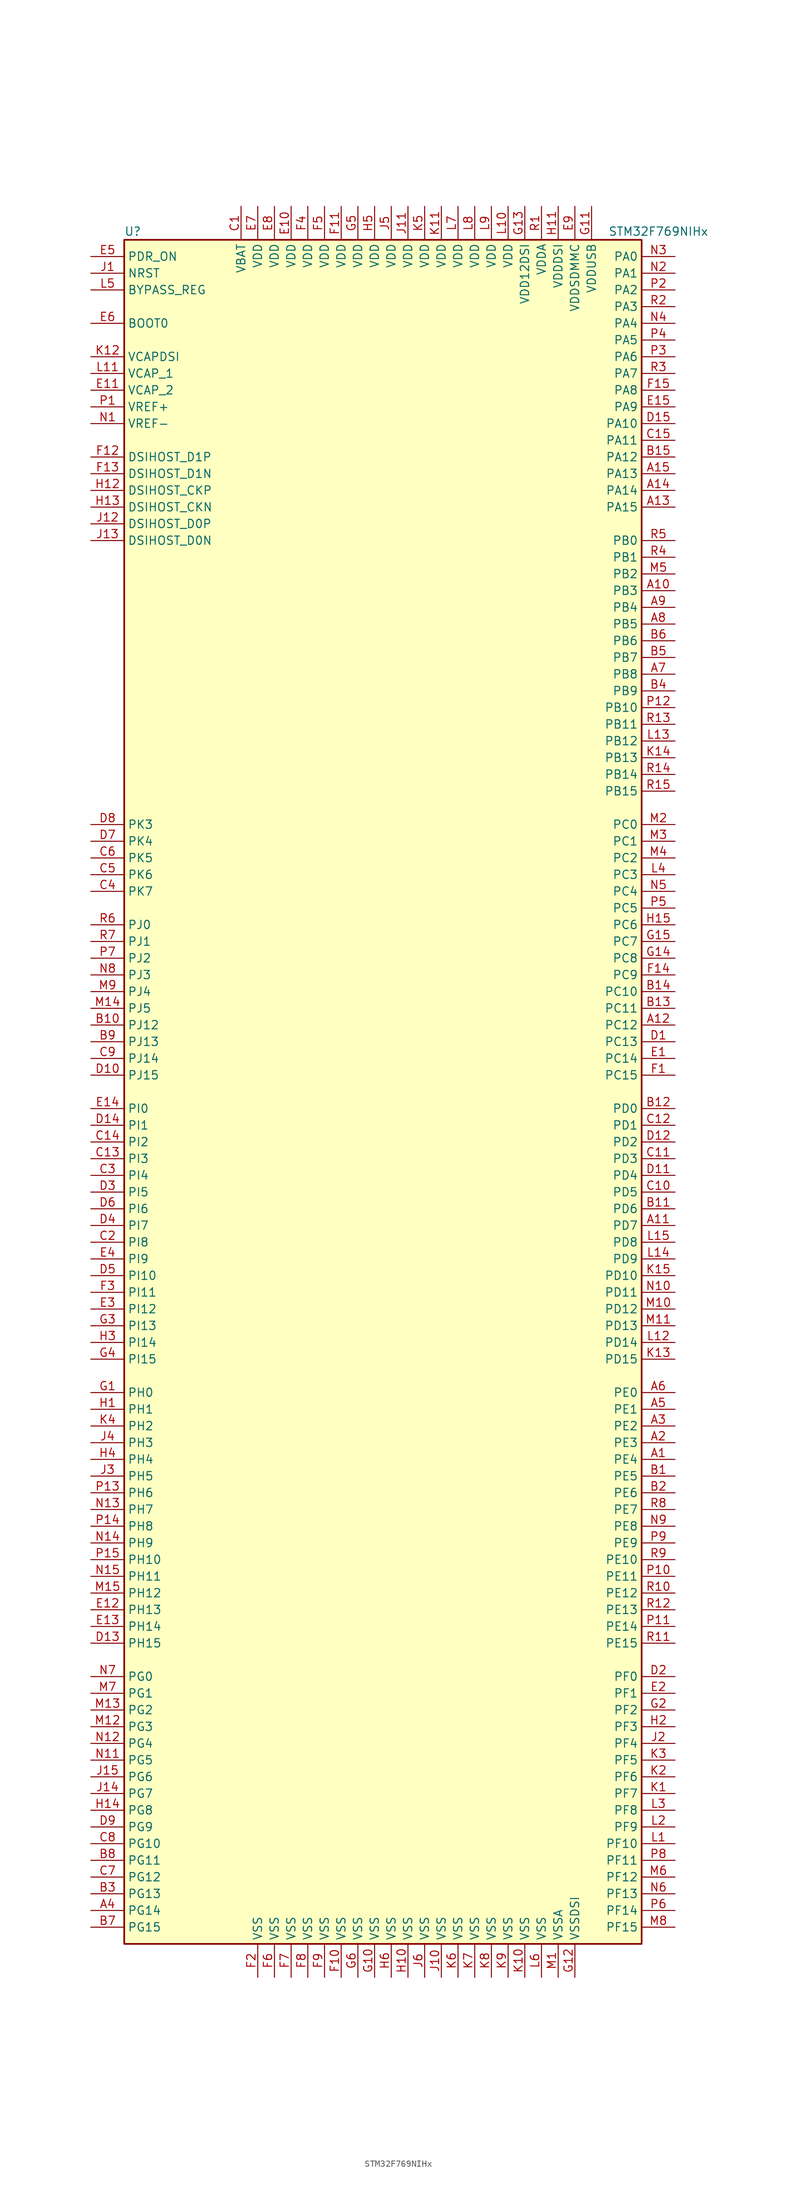
<source format=kicad_sym>
(kicad_symbol_lib
  (version 20201005)
  (generator kicad_symbol_editor)
  (symbol "STM32F769NIHx"
    (property "Reference" "U"
      (at -40.64 130.81 0)
      (effects (font (size 1.27 1.27)) (justify left)))
    (property "Value" "STM32F769NIHx"
      (at 33.02 130.81 0)
      (effects (font (size 1.27 1.27)) (justify left)))
    (symbol "STM32F769NIHx_0_1"
      (rectangle (start -40.64 -129.54) (end 38.1 129.54) (stroke (width 0.254)) (fill (type background))))
    (symbol "STM32F769NIHx_1_1"
      (pin bidirectional line (at 43.18 -55.88 180) (length 5.08) (name "PE4" (effects (font (size 1.27 1.27)))) (number "A1" (effects (font (size 1.27 1.27)))))
      (pin bidirectional line (at 43.18 76.2 180) (length 5.08) (name "PB3" (effects (font (size 1.27 1.27)))) (number "A10" (effects (font (size 1.27 1.27)))))
      (pin bidirectional line (at 43.18 -20.32 180) (length 5.08) (name "PD7" (effects (font (size 1.27 1.27)))) (number "A11" (effects (font (size 1.27 1.27)))))
      (pin bidirectional line (at 43.18 10.16 180) (length 5.08) (name "PC12" (effects (font (size 1.27 1.27)))) (number "A12" (effects (font (size 1.27 1.27)))))
      (pin bidirectional line (at 43.18 88.9 180) (length 5.08) (name "PA15" (effects (font (size 1.27 1.27)))) (number "A13" (effects (font (size 1.27 1.27)))))
      (pin bidirectional line (at 43.18 91.44 180) (length 5.08) (name "PA14" (effects (font (size 1.27 1.27)))) (number "A14" (effects (font (size 1.27 1.27)))))
      (pin bidirectional line (at 43.18 93.98 180) (length 5.08) (name "PA13" (effects (font (size 1.27 1.27)))) (number "A15" (effects (font (size 1.27 1.27)))))
      (pin bidirectional line (at 43.18 -53.34 180) (length 5.08) (name "PE3" (effects (font (size 1.27 1.27)))) (number "A2" (effects (font (size 1.27 1.27)))))
      (pin bidirectional line (at 43.18 -50.8 180) (length 5.08) (name "PE2" (effects (font (size 1.27 1.27)))) (number "A3" (effects (font (size 1.27 1.27)))))
      (pin bidirectional line (at -45.72 -124.46 0) (length 5.08) (name "PG14" (effects (font (size 1.27 1.27)))) (number "A4" (effects (font (size 1.27 1.27)))))
      (pin bidirectional line (at 43.18 -48.26 180) (length 5.08) (name "PE1" (effects (font (size 1.27 1.27)))) (number "A5" (effects (font (size 1.27 1.27)))))
      (pin bidirectional line (at 43.18 -45.72 180) (length 5.08) (name "PE0" (effects (font (size 1.27 1.27)))) (number "A6" (effects (font (size 1.27 1.27)))))
      (pin bidirectional line (at 43.18 63.5 180) (length 5.08) (name "PB8" (effects (font (size 1.27 1.27)))) (number "A7" (effects (font (size 1.27 1.27)))))
      (pin bidirectional line (at 43.18 71.12 180) (length 5.08) (name "PB5" (effects (font (size 1.27 1.27)))) (number "A8" (effects (font (size 1.27 1.27)))))
      (pin bidirectional line (at 43.18 73.66 180) (length 5.08) (name "PB4" (effects (font (size 1.27 1.27)))) (number "A9" (effects (font (size 1.27 1.27)))))
      (pin bidirectional line (at 43.18 -58.42 180) (length 5.08) (name "PE5" (effects (font (size 1.27 1.27)))) (number "B1" (effects (font (size 1.27 1.27)))))
      (pin bidirectional line (at -45.72 10.16 0) (length 5.08) (name "PJ12" (effects (font (size 1.27 1.27)))) (number "B10" (effects (font (size 1.27 1.27)))))
      (pin bidirectional line (at 43.18 -17.78 180) (length 5.08) (name "PD6" (effects (font (size 1.27 1.27)))) (number "B11" (effects (font (size 1.27 1.27)))))
      (pin bidirectional line (at 43.18 -2.54 180) (length 5.08) (name "PD0" (effects (font (size 1.27 1.27)))) (number "B12" (effects (font (size 1.27 1.27)))))
      (pin bidirectional line (at 43.18 12.7 180) (length 5.08) (name "PC11" (effects (font (size 1.27 1.27)))) (number "B13" (effects (font (size 1.27 1.27)))))
      (pin bidirectional line (at 43.18 15.24 180) (length 5.08) (name "PC10" (effects (font (size 1.27 1.27)))) (number "B14" (effects (font (size 1.27 1.27)))))
      (pin bidirectional line (at 43.18 96.52 180) (length 5.08) (name "PA12" (effects (font (size 1.27 1.27)))) (number "B15" (effects (font (size 1.27 1.27)))))
      (pin bidirectional line (at 43.18 -60.96 180) (length 5.08) (name "PE6" (effects (font (size 1.27 1.27)))) (number "B2" (effects (font (size 1.27 1.27)))))
      (pin bidirectional line (at -45.72 -121.92 0) (length 5.08) (name "PG13" (effects (font (size 1.27 1.27)))) (number "B3" (effects (font (size 1.27 1.27)))))
      (pin bidirectional line (at 43.18 60.96 180) (length 5.08) (name "PB9" (effects (font (size 1.27 1.27)))) (number "B4" (effects (font (size 1.27 1.27)))))
      (pin bidirectional line (at 43.18 66.04 180) (length 5.08) (name "PB7" (effects (font (size 1.27 1.27)))) (number "B5" (effects (font (size 1.27 1.27)))))
      (pin bidirectional line (at 43.18 68.58 180) (length 5.08) (name "PB6" (effects (font (size 1.27 1.27)))) (number "B6" (effects (font (size 1.27 1.27)))))
      (pin bidirectional line (at -45.72 -127 0) (length 5.08) (name "PG15" (effects (font (size 1.27 1.27)))) (number "B7" (effects (font (size 1.27 1.27)))))
      (pin bidirectional line (at -45.72 -116.84 0) (length 5.08) (name "PG11" (effects (font (size 1.27 1.27)))) (number "B8" (effects (font (size 1.27 1.27)))))
      (pin bidirectional line (at -45.72 7.62 0) (length 5.08) (name "PJ13" (effects (font (size 1.27 1.27)))) (number "B9" (effects (font (size 1.27 1.27)))))
      (pin power_in line (at -22.86 134.62 270) (length 5.08) (name "VBAT" (effects (font (size 1.27 1.27)))) (number "C1" (effects (font (size 1.27 1.27)))))
      (pin bidirectional line (at 43.18 -15.24 180) (length 5.08) (name "PD5" (effects (font (size 1.27 1.27)))) (number "C10" (effects (font (size 1.27 1.27)))))
      (pin bidirectional line (at 43.18 -10.16 180) (length 5.08) (name "PD3" (effects (font (size 1.27 1.27)))) (number "C11" (effects (font (size 1.27 1.27)))))
      (pin bidirectional line (at 43.18 -5.08 180) (length 5.08) (name "PD1" (effects (font (size 1.27 1.27)))) (number "C12" (effects (font (size 1.27 1.27)))))
      (pin bidirectional line (at -45.72 -10.16 0) (length 5.08) (name "PI3" (effects (font (size 1.27 1.27)))) (number "C13" (effects (font (size 1.27 1.27)))))
      (pin bidirectional line (at -45.72 -7.62 0) (length 5.08) (name "PI2" (effects (font (size 1.27 1.27)))) (number "C14" (effects (font (size 1.27 1.27)))))
      (pin bidirectional line (at 43.18 99.06 180) (length 5.08) (name "PA11" (effects (font (size 1.27 1.27)))) (number "C15" (effects (font (size 1.27 1.27)))))
      (pin bidirectional line (at -45.72 -22.86 0) (length 5.08) (name "PI8" (effects (font (size 1.27 1.27)))) (number "C2" (effects (font (size 1.27 1.27)))))
      (pin bidirectional line (at -45.72 -12.7 0) (length 5.08) (name "PI4" (effects (font (size 1.27 1.27)))) (number "C3" (effects (font (size 1.27 1.27)))))
      (pin bidirectional line (at -45.72 30.48 0) (length 5.08) (name "PK7" (effects (font (size 1.27 1.27)))) (number "C4" (effects (font (size 1.27 1.27)))))
      (pin bidirectional line (at -45.72 33.02 0) (length 5.08) (name "PK6" (effects (font (size 1.27 1.27)))) (number "C5" (effects (font (size 1.27 1.27)))))
      (pin bidirectional line (at -45.72 35.56 0) (length 5.08) (name "PK5" (effects (font (size 1.27 1.27)))) (number "C6" (effects (font (size 1.27 1.27)))))
      (pin bidirectional line (at -45.72 -119.38 0) (length 5.08) (name "PG12" (effects (font (size 1.27 1.27)))) (number "C7" (effects (font (size 1.27 1.27)))))
      (pin bidirectional line (at -45.72 -114.3 0) (length 5.08) (name "PG10" (effects (font (size 1.27 1.27)))) (number "C8" (effects (font (size 1.27 1.27)))))
      (pin bidirectional line (at -45.72 5.08 0) (length 5.08) (name "PJ14" (effects (font (size 1.27 1.27)))) (number "C9" (effects (font (size 1.27 1.27)))))
      (pin bidirectional line (at 43.18 7.62 180) (length 5.08) (name "PC13" (effects (font (size 1.27 1.27)))) (number "D1" (effects (font (size 1.27 1.27)))))
      (pin bidirectional line (at -45.72 2.54 0) (length 5.08) (name "PJ15" (effects (font (size 1.27 1.27)))) (number "D10" (effects (font (size 1.27 1.27)))))
      (pin bidirectional line (at 43.18 -12.7 180) (length 5.08) (name "PD4" (effects (font (size 1.27 1.27)))) (number "D11" (effects (font (size 1.27 1.27)))))
      (pin bidirectional line (at 43.18 -7.62 180) (length 5.08) (name "PD2" (effects (font (size 1.27 1.27)))) (number "D12" (effects (font (size 1.27 1.27)))))
      (pin bidirectional line (at -45.72 -83.82 0) (length 5.08) (name "PH15" (effects (font (size 1.27 1.27)))) (number "D13" (effects (font (size 1.27 1.27)))))
      (pin bidirectional line (at -45.72 -5.08 0) (length 5.08) (name "PI1" (effects (font (size 1.27 1.27)))) (number "D14" (effects (font (size 1.27 1.27)))))
      (pin bidirectional line (at 43.18 101.6 180) (length 5.08) (name "PA10" (effects (font (size 1.27 1.27)))) (number "D15" (effects (font (size 1.27 1.27)))))
      (pin bidirectional line (at 43.18 -88.9 180) (length 5.08) (name "PF0" (effects (font (size 1.27 1.27)))) (number "D2" (effects (font (size 1.27 1.27)))))
      (pin bidirectional line (at -45.72 -15.24 0) (length 5.08) (name "PI5" (effects (font (size 1.27 1.27)))) (number "D3" (effects (font (size 1.27 1.27)))))
      (pin bidirectional line (at -45.72 -20.32 0) (length 5.08) (name "PI7" (effects (font (size 1.27 1.27)))) (number "D4" (effects (font (size 1.27 1.27)))))
      (pin bidirectional line (at -45.72 -27.94 0) (length 5.08) (name "PI10" (effects (font (size 1.27 1.27)))) (number "D5" (effects (font (size 1.27 1.27)))))
      (pin bidirectional line (at -45.72 -17.78 0) (length 5.08) (name "PI6" (effects (font (size 1.27 1.27)))) (number "D6" (effects (font (size 1.27 1.27)))))
      (pin bidirectional line (at -45.72 38.1 0) (length 5.08) (name "PK4" (effects (font (size 1.27 1.27)))) (number "D7" (effects (font (size 1.27 1.27)))))
      (pin bidirectional line (at -45.72 40.64 0) (length 5.08) (name "PK3" (effects (font (size 1.27 1.27)))) (number "D8" (effects (font (size 1.27 1.27)))))
      (pin bidirectional line (at -45.72 -111.76 0) (length 5.08) (name "PG9" (effects (font (size 1.27 1.27)))) (number "D9" (effects (font (size 1.27 1.27)))))
      (pin bidirectional line (at 43.18 5.08 180) (length 5.08) (name "PC14" (effects (font (size 1.27 1.27)))) (number "E1" (effects (font (size 1.27 1.27)))))
      (pin power_in line (at -15.24 134.62 270) (length 5.08) (name "VDD" (effects (font (size 1.27 1.27)))) (number "E10" (effects (font (size 1.27 1.27)))))
      (pin power_in line (at -45.72 106.68 0) (length 5.08) (name "VCAP_2" (effects (font (size 1.27 1.27)))) (number "E11" (effects (font (size 1.27 1.27)))))
      (pin bidirectional line (at -45.72 -78.74 0) (length 5.08) (name "PH13" (effects (font (size 1.27 1.27)))) (number "E12" (effects (font (size 1.27 1.27)))))
      (pin bidirectional line (at -45.72 -81.28 0) (length 5.08) (name "PH14" (effects (font (size 1.27 1.27)))) (number "E13" (effects (font (size 1.27 1.27)))))
      (pin bidirectional line (at -45.72 -2.54 0) (length 5.08) (name "PI0" (effects (font (size 1.27 1.27)))) (number "E14" (effects (font (size 1.27 1.27)))))
      (pin bidirectional line (at 43.18 104.14 180) (length 5.08) (name "PA9" (effects (font (size 1.27 1.27)))) (number "E15" (effects (font (size 1.27 1.27)))))
      (pin bidirectional line (at 43.18 -91.44 180) (length 5.08) (name "PF1" (effects (font (size 1.27 1.27)))) (number "E2" (effects (font (size 1.27 1.27)))))
      (pin bidirectional line (at -45.72 -33.02 0) (length 5.08) (name "PI12" (effects (font (size 1.27 1.27)))) (number "E3" (effects (font (size 1.27 1.27)))))
      (pin bidirectional line (at -45.72 -25.4 0) (length 5.08) (name "PI9" (effects (font (size 1.27 1.27)))) (number "E4" (effects (font (size 1.27 1.27)))))
      (pin input line (at -45.72 127 0) (length 5.08) (name "PDR_ON" (effects (font (size 1.27 1.27)))) (number "E5" (effects (font (size 1.27 1.27)))))
      (pin input line (at -45.72 116.84 0) (length 5.08) (name "BOOT0" (effects (font (size 1.27 1.27)))) (number "E6" (effects (font (size 1.27 1.27)))))
      (pin power_in line (at -20.32 134.62 270) (length 5.08) (name "VDD" (effects (font (size 1.27 1.27)))) (number "E7" (effects (font (size 1.27 1.27)))))
      (pin power_in line (at -17.78 134.62 270) (length 5.08) (name "VDD" (effects (font (size 1.27 1.27)))) (number "E8" (effects (font (size 1.27 1.27)))))
      (pin power_in line (at 27.94 134.62 270) (length 5.08) (name "VDDSDMMC" (effects (font (size 1.27 1.27)))) (number "E9" (effects (font (size 1.27 1.27)))))
      (pin bidirectional line (at 43.18 2.54 180) (length 5.08) (name "PC15" (effects (font (size 1.27 1.27)))) (number "F1" (effects (font (size 1.27 1.27)))))
      (pin power_in line (at -7.62 -134.62 90) (length 5.08) (name "VSS" (effects (font (size 1.27 1.27)))) (number "F10" (effects (font (size 1.27 1.27)))))
      (pin power_in line (at -7.62 134.62 270) (length 5.08) (name "VDD" (effects (font (size 1.27 1.27)))) (number "F11" (effects (font (size 1.27 1.27)))))
      (pin bidirectional line (at -45.72 96.52 0) (length 5.08) (name "DSIHOST_D1P" (effects (font (size 1.27 1.27)))) (number "F12" (effects (font (size 1.27 1.27)))))
      (pin bidirectional line (at -45.72 93.98 0) (length 5.08) (name "DSIHOST_D1N" (effects (font (size 1.27 1.27)))) (number "F13" (effects (font (size 1.27 1.27)))))
      (pin bidirectional line (at 43.18 17.78 180) (length 5.08) (name "PC9" (effects (font (size 1.27 1.27)))) (number "F14" (effects (font (size 1.27 1.27)))))
      (pin bidirectional line (at 43.18 106.68 180) (length 5.08) (name "PA8" (effects (font (size 1.27 1.27)))) (number "F15" (effects (font (size 1.27 1.27)))))
      (pin power_in line (at -20.32 -134.62 90) (length 5.08) (name "VSS" (effects (font (size 1.27 1.27)))) (number "F2" (effects (font (size 1.27 1.27)))))
      (pin bidirectional line (at -45.72 -30.48 0) (length 5.08) (name "PI11" (effects (font (size 1.27 1.27)))) (number "F3" (effects (font (size 1.27 1.27)))))
      (pin power_in line (at -12.7 134.62 270) (length 5.08) (name "VDD" (effects (font (size 1.27 1.27)))) (number "F4" (effects (font (size 1.27 1.27)))))
      (pin power_in line (at -10.16 134.62 270) (length 5.08) (name "VDD" (effects (font (size 1.27 1.27)))) (number "F5" (effects (font (size 1.27 1.27)))))
      (pin power_in line (at -17.78 -134.62 90) (length 5.08) (name "VSS" (effects (font (size 1.27 1.27)))) (number "F6" (effects (font (size 1.27 1.27)))))
      (pin power_in line (at -15.24 -134.62 90) (length 5.08) (name "VSS" (effects (font (size 1.27 1.27)))) (number "F7" (effects (font (size 1.27 1.27)))))
      (pin power_in line (at -12.7 -134.62 90) (length 5.08) (name "VSS" (effects (font (size 1.27 1.27)))) (number "F8" (effects (font (size 1.27 1.27)))))
      (pin power_in line (at -10.16 -134.62 90) (length 5.08) (name "VSS" (effects (font (size 1.27 1.27)))) (number "F9" (effects (font (size 1.27 1.27)))))
      (pin input line (at -45.72 -45.72 0) (length 5.08) (name "PH0" (effects (font (size 1.27 1.27)))) (number "G1" (effects (font (size 1.27 1.27)))))
      (pin power_in line (at -2.54 -134.62 90) (length 5.08) (name "VSS" (effects (font (size 1.27 1.27)))) (number "G10" (effects (font (size 1.27 1.27)))))
      (pin power_in line (at 30.48 134.62 270) (length 5.08) (name "VDDUSB" (effects (font (size 1.27 1.27)))) (number "G11" (effects (font (size 1.27 1.27)))))
      (pin power_in line (at 27.94 -134.62 90) (length 5.08) (name "VSSDSI" (effects (font (size 1.27 1.27)))) (number "G12" (effects (font (size 1.27 1.27)))))
      (pin power_in line (at 20.32 134.62 270) (length 5.08) (name "VDD12DSI" (effects (font (size 1.27 1.27)))) (number "G13" (effects (font (size 1.27 1.27)))))
      (pin bidirectional line (at 43.18 20.32 180) (length 5.08) (name "PC8" (effects (font (size 1.27 1.27)))) (number "G14" (effects (font (size 1.27 1.27)))))
      (pin bidirectional line (at 43.18 22.86 180) (length 5.08) (name "PC7" (effects (font (size 1.27 1.27)))) (number "G15" (effects (font (size 1.27 1.27)))))
      (pin bidirectional line (at 43.18 -93.98 180) (length 5.08) (name "PF2" (effects (font (size 1.27 1.27)))) (number "G2" (effects (font (size 1.27 1.27)))))
      (pin bidirectional line (at -45.72 -35.56 0) (length 5.08) (name "PI13" (effects (font (size 1.27 1.27)))) (number "G3" (effects (font (size 1.27 1.27)))))
      (pin bidirectional line (at -45.72 -40.64 0) (length 5.08) (name "PI15" (effects (font (size 1.27 1.27)))) (number "G4" (effects (font (size 1.27 1.27)))))
      (pin power_in line (at -5.08 134.62 270) (length 5.08) (name "VDD" (effects (font (size 1.27 1.27)))) (number "G5" (effects (font (size 1.27 1.27)))))
      (pin power_in line (at -5.08 -134.62 90) (length 5.08) (name "VSS" (effects (font (size 1.27 1.27)))) (number "G6" (effects (font (size 1.27 1.27)))))
      (pin input line (at -45.72 -48.26 0) (length 5.08) (name "PH1" (effects (font (size 1.27 1.27)))) (number "H1" (effects (font (size 1.27 1.27)))))
      (pin power_in line (at 2.54 -134.62 90) (length 5.08) (name "VSS" (effects (font (size 1.27 1.27)))) (number "H10" (effects (font (size 1.27 1.27)))))
      (pin power_in line (at 25.4 134.62 270) (length 5.08) (name "VDDDSI" (effects (font (size 1.27 1.27)))) (number "H11" (effects (font (size 1.27 1.27)))))
      (pin bidirectional line (at -45.72 91.44 0) (length 5.08) (name "DSIHOST_CKP" (effects (font (size 1.27 1.27)))) (number "H12" (effects (font (size 1.27 1.27)))))
      (pin bidirectional line (at -45.72 88.9 0) (length 5.08) (name "DSIHOST_CKN" (effects (font (size 1.27 1.27)))) (number "H13" (effects (font (size 1.27 1.27)))))
      (pin bidirectional line (at -45.72 -109.22 0) (length 5.08) (name "PG8" (effects (font (size 1.27 1.27)))) (number "H14" (effects (font (size 1.27 1.27)))))
      (pin bidirectional line (at 43.18 25.4 180) (length 5.08) (name "PC6" (effects (font (size 1.27 1.27)))) (number "H15" (effects (font (size 1.27 1.27)))))
      (pin bidirectional line (at 43.18 -96.52 180) (length 5.08) (name "PF3" (effects (font (size 1.27 1.27)))) (number "H2" (effects (font (size 1.27 1.27)))))
      (pin bidirectional line (at -45.72 -38.1 0) (length 5.08) (name "PI14" (effects (font (size 1.27 1.27)))) (number "H3" (effects (font (size 1.27 1.27)))))
      (pin bidirectional line (at -45.72 -55.88 0) (length 5.08) (name "PH4" (effects (font (size 1.27 1.27)))) (number "H4" (effects (font (size 1.27 1.27)))))
      (pin power_in line (at -2.54 134.62 270) (length 5.08) (name "VDD" (effects (font (size 1.27 1.27)))) (number "H5" (effects (font (size 1.27 1.27)))))
      (pin power_in line (at 0 -134.62 90) (length 5.08) (name "VSS" (effects (font (size 1.27 1.27)))) (number "H6" (effects (font (size 1.27 1.27)))))
      (pin input line (at -45.72 124.46 0) (length 5.08) (name "NRST" (effects (font (size 1.27 1.27)))) (number "J1" (effects (font (size 1.27 1.27)))))
      (pin power_in line (at 7.62 -134.62 90) (length 5.08) (name "VSS" (effects (font (size 1.27 1.27)))) (number "J10" (effects (font (size 1.27 1.27)))))
      (pin power_in line (at 2.54 134.62 270) (length 5.08) (name "VDD" (effects (font (size 1.27 1.27)))) (number "J11" (effects (font (size 1.27 1.27)))))
      (pin bidirectional line (at -45.72 86.36 0) (length 5.08) (name "DSIHOST_D0P" (effects (font (size 1.27 1.27)))) (number "J12" (effects (font (size 1.27 1.27)))))
      (pin bidirectional line (at -45.72 83.82 0) (length 5.08) (name "DSIHOST_D0N" (effects (font (size 1.27 1.27)))) (number "J13" (effects (font (size 1.27 1.27)))))
      (pin bidirectional line (at -45.72 -106.68 0) (length 5.08) (name "PG7" (effects (font (size 1.27 1.27)))) (number "J14" (effects (font (size 1.27 1.27)))))
      (pin bidirectional line (at -45.72 -104.14 0) (length 5.08) (name "PG6" (effects (font (size 1.27 1.27)))) (number "J15" (effects (font (size 1.27 1.27)))))
      (pin bidirectional line (at 43.18 -99.06 180) (length 5.08) (name "PF4" (effects (font (size 1.27 1.27)))) (number "J2" (effects (font (size 1.27 1.27)))))
      (pin bidirectional line (at -45.72 -58.42 0) (length 5.08) (name "PH5" (effects (font (size 1.27 1.27)))) (number "J3" (effects (font (size 1.27 1.27)))))
      (pin bidirectional line (at -45.72 -53.34 0) (length 5.08) (name "PH3" (effects (font (size 1.27 1.27)))) (number "J4" (effects (font (size 1.27 1.27)))))
      (pin power_in line (at 0 134.62 270) (length 5.08) (name "VDD" (effects (font (size 1.27 1.27)))) (number "J5" (effects (font (size 1.27 1.27)))))
      (pin power_in line (at 5.08 -134.62 90) (length 5.08) (name "VSS" (effects (font (size 1.27 1.27)))) (number "J6" (effects (font (size 1.27 1.27)))))
      (pin bidirectional line (at 43.18 -106.68 180) (length 5.08) (name "PF7" (effects (font (size 1.27 1.27)))) (number "K1" (effects (font (size 1.27 1.27)))))
      (pin power_in line (at 20.32 -134.62 90) (length 5.08) (name "VSS" (effects (font (size 1.27 1.27)))) (number "K10" (effects (font (size 1.27 1.27)))))
      (pin power_in line (at 7.62 134.62 270) (length 5.08) (name "VDD" (effects (font (size 1.27 1.27)))) (number "K11" (effects (font (size 1.27 1.27)))))
      (pin power_in line (at -45.72 111.76 0) (length 5.08) (name "VCAPDSI" (effects (font (size 1.27 1.27)))) (number "K12" (effects (font (size 1.27 1.27)))))
      (pin bidirectional line (at 43.18 -40.64 180) (length 5.08) (name "PD15" (effects (font (size 1.27 1.27)))) (number "K13" (effects (font (size 1.27 1.27)))))
      (pin bidirectional line (at 43.18 50.8 180) (length 5.08) (name "PB13" (effects (font (size 1.27 1.27)))) (number "K14" (effects (font (size 1.27 1.27)))))
      (pin bidirectional line (at 43.18 -27.94 180) (length 5.08) (name "PD10" (effects (font (size 1.27 1.27)))) (number "K15" (effects (font (size 1.27 1.27)))))
      (pin bidirectional line (at 43.18 -104.14 180) (length 5.08) (name "PF6" (effects (font (size 1.27 1.27)))) (number "K2" (effects (font (size 1.27 1.27)))))
      (pin bidirectional line (at 43.18 -101.6 180) (length 5.08) (name "PF5" (effects (font (size 1.27 1.27)))) (number "K3" (effects (font (size 1.27 1.27)))))
      (pin bidirectional line (at -45.72 -50.8 0) (length 5.08) (name "PH2" (effects (font (size 1.27 1.27)))) (number "K4" (effects (font (size 1.27 1.27)))))
      (pin power_in line (at 5.08 134.62 270) (length 5.08) (name "VDD" (effects (font (size 1.27 1.27)))) (number "K5" (effects (font (size 1.27 1.27)))))
      (pin power_in line (at 10.16 -134.62 90) (length 5.08) (name "VSS" (effects (font (size 1.27 1.27)))) (number "K6" (effects (font (size 1.27 1.27)))))
      (pin power_in line (at 12.7 -134.62 90) (length 5.08) (name "VSS" (effects (font (size 1.27 1.27)))) (number "K7" (effects (font (size 1.27 1.27)))))
      (pin power_in line (at 15.24 -134.62 90) (length 5.08) (name "VSS" (effects (font (size 1.27 1.27)))) (number "K8" (effects (font (size 1.27 1.27)))))
      (pin power_in line (at 17.78 -134.62 90) (length 5.08) (name "VSS" (effects (font (size 1.27 1.27)))) (number "K9" (effects (font (size 1.27 1.27)))))
      (pin bidirectional line (at 43.18 -114.3 180) (length 5.08) (name "PF10" (effects (font (size 1.27 1.27)))) (number "L1" (effects (font (size 1.27 1.27)))))
      (pin power_in line (at 17.78 134.62 270) (length 5.08) (name "VDD" (effects (font (size 1.27 1.27)))) (number "L10" (effects (font (size 1.27 1.27)))))
      (pin power_in line (at -45.72 109.22 0) (length 5.08) (name "VCAP_1" (effects (font (size 1.27 1.27)))) (number "L11" (effects (font (size 1.27 1.27)))))
      (pin bidirectional line (at 43.18 -38.1 180) (length 5.08) (name "PD14" (effects (font (size 1.27 1.27)))) (number "L12" (effects (font (size 1.27 1.27)))))
      (pin bidirectional line (at 43.18 53.34 180) (length 5.08) (name "PB12" (effects (font (size 1.27 1.27)))) (number "L13" (effects (font (size 1.27 1.27)))))
      (pin bidirectional line (at 43.18 -25.4 180) (length 5.08) (name "PD9" (effects (font (size 1.27 1.27)))) (number "L14" (effects (font (size 1.27 1.27)))))
      (pin bidirectional line (at 43.18 -22.86 180) (length 5.08) (name "PD8" (effects (font (size 1.27 1.27)))) (number "L15" (effects (font (size 1.27 1.27)))))
      (pin bidirectional line (at 43.18 -111.76 180) (length 5.08) (name "PF9" (effects (font (size 1.27 1.27)))) (number "L2" (effects (font (size 1.27 1.27)))))
      (pin bidirectional line (at 43.18 -109.22 180) (length 5.08) (name "PF8" (effects (font (size 1.27 1.27)))) (number "L3" (effects (font (size 1.27 1.27)))))
      (pin bidirectional line (at 43.18 33.02 180) (length 5.08) (name "PC3" (effects (font (size 1.27 1.27)))) (number "L4" (effects (font (size 1.27 1.27)))))
      (pin input line (at -45.72 121.92 0) (length 5.08) (name "BYPASS_REG" (effects (font (size 1.27 1.27)))) (number "L5" (effects (font (size 1.27 1.27)))))
      (pin power_in line (at 22.86 -134.62 90) (length 5.08) (name "VSS" (effects (font (size 1.27 1.27)))) (number "L6" (effects (font (size 1.27 1.27)))))
      (pin power_in line (at 10.16 134.62 270) (length 5.08) (name "VDD" (effects (font (size 1.27 1.27)))) (number "L7" (effects (font (size 1.27 1.27)))))
      (pin power_in line (at 12.7 134.62 270) (length 5.08) (name "VDD" (effects (font (size 1.27 1.27)))) (number "L8" (effects (font (size 1.27 1.27)))))
      (pin power_in line (at 15.24 134.62 270) (length 5.08) (name "VDD" (effects (font (size 1.27 1.27)))) (number "L9" (effects (font (size 1.27 1.27)))))
      (pin power_in line (at 25.4 -134.62 90) (length 5.08) (name "VSSA" (effects (font (size 1.27 1.27)))) (number "M1" (effects (font (size 1.27 1.27)))))
      (pin bidirectional line (at 43.18 -33.02 180) (length 5.08) (name "PD12" (effects (font (size 1.27 1.27)))) (number "M10" (effects (font (size 1.27 1.27)))))
      (pin bidirectional line (at 43.18 -35.56 180) (length 5.08) (name "PD13" (effects (font (size 1.27 1.27)))) (number "M11" (effects (font (size 1.27 1.27)))))
      (pin bidirectional line (at -45.72 -96.52 0) (length 5.08) (name "PG3" (effects (font (size 1.27 1.27)))) (number "M12" (effects (font (size 1.27 1.27)))))
      (pin bidirectional line (at -45.72 -93.98 0) (length 5.08) (name "PG2" (effects (font (size 1.27 1.27)))) (number "M13" (effects (font (size 1.27 1.27)))))
      (pin bidirectional line (at -45.72 12.7 0) (length 5.08) (name "PJ5" (effects (font (size 1.27 1.27)))) (number "M14" (effects (font (size 1.27 1.27)))))
      (pin bidirectional line (at -45.72 -76.2 0) (length 5.08) (name "PH12" (effects (font (size 1.27 1.27)))) (number "M15" (effects (font (size 1.27 1.27)))))
      (pin bidirectional line (at 43.18 40.64 180) (length 5.08) (name "PC0" (effects (font (size 1.27 1.27)))) (number "M2" (effects (font (size 1.27 1.27)))))
      (pin bidirectional line (at 43.18 38.1 180) (length 5.08) (name "PC1" (effects (font (size 1.27 1.27)))) (number "M3" (effects (font (size 1.27 1.27)))))
      (pin bidirectional line (at 43.18 35.56 180) (length 5.08) (name "PC2" (effects (font (size 1.27 1.27)))) (number "M4" (effects (font (size 1.27 1.27)))))
      (pin bidirectional line (at 43.18 78.74 180) (length 5.08) (name "PB2" (effects (font (size 1.27 1.27)))) (number "M5" (effects (font (size 1.27 1.27)))))
      (pin bidirectional line (at 43.18 -119.38 180) (length 5.08) (name "PF12" (effects (font (size 1.27 1.27)))) (number "M6" (effects (font (size 1.27 1.27)))))
      (pin bidirectional line (at -45.72 -91.44 0) (length 5.08) (name "PG1" (effects (font (size 1.27 1.27)))) (number "M7" (effects (font (size 1.27 1.27)))))
      (pin bidirectional line (at 43.18 -127 180) (length 5.08) (name "PF15" (effects (font (size 1.27 1.27)))) (number "M8" (effects (font (size 1.27 1.27)))))
      (pin bidirectional line (at -45.72 15.24 0) (length 5.08) (name "PJ4" (effects (font (size 1.27 1.27)))) (number "M9" (effects (font (size 1.27 1.27)))))
      (pin power_in line (at -45.72 101.6 0) (length 5.08) (name "VREF-" (effects (font (size 1.27 1.27)))) (number "N1" (effects (font (size 1.27 1.27)))))
      (pin bidirectional line (at 43.18 -30.48 180) (length 5.08) (name "PD11" (effects (font (size 1.27 1.27)))) (number "N10" (effects (font (size 1.27 1.27)))))
      (pin bidirectional line (at -45.72 -101.6 0) (length 5.08) (name "PG5" (effects (font (size 1.27 1.27)))) (number "N11" (effects (font (size 1.27 1.27)))))
      (pin bidirectional line (at -45.72 -99.06 0) (length 5.08) (name "PG4" (effects (font (size 1.27 1.27)))) (number "N12" (effects (font (size 1.27 1.27)))))
      (pin bidirectional line (at -45.72 -63.5 0) (length 5.08) (name "PH7" (effects (font (size 1.27 1.27)))) (number "N13" (effects (font (size 1.27 1.27)))))
      (pin bidirectional line (at -45.72 -68.58 0) (length 5.08) (name "PH9" (effects (font (size 1.27 1.27)))) (number "N14" (effects (font (size 1.27 1.27)))))
      (pin bidirectional line (at -45.72 -73.66 0) (length 5.08) (name "PH11" (effects (font (size 1.27 1.27)))) (number "N15" (effects (font (size 1.27 1.27)))))
      (pin bidirectional line (at 43.18 124.46 180) (length 5.08) (name "PA1" (effects (font (size 1.27 1.27)))) (number "N2" (effects (font (size 1.27 1.27)))))
      (pin bidirectional line (at 43.18 127 180) (length 5.08) (name "PA0" (effects (font (size 1.27 1.27)))) (number "N3" (effects (font (size 1.27 1.27)))))
      (pin bidirectional line (at 43.18 116.84 180) (length 5.08) (name "PA4" (effects (font (size 1.27 1.27)))) (number "N4" (effects (font (size 1.27 1.27)))))
      (pin bidirectional line (at 43.18 30.48 180) (length 5.08) (name "PC4" (effects (font (size 1.27 1.27)))) (number "N5" (effects (font (size 1.27 1.27)))))
      (pin bidirectional line (at 43.18 -121.92 180) (length 5.08) (name "PF13" (effects (font (size 1.27 1.27)))) (number "N6" (effects (font (size 1.27 1.27)))))
      (pin bidirectional line (at -45.72 -88.9 0) (length 5.08) (name "PG0" (effects (font (size 1.27 1.27)))) (number "N7" (effects (font (size 1.27 1.27)))))
      (pin bidirectional line (at -45.72 17.78 0) (length 5.08) (name "PJ3" (effects (font (size 1.27 1.27)))) (number "N8" (effects (font (size 1.27 1.27)))))
      (pin bidirectional line (at 43.18 -66.04 180) (length 5.08) (name "PE8" (effects (font (size 1.27 1.27)))) (number "N9" (effects (font (size 1.27 1.27)))))
      (pin power_in line (at -45.72 104.14 0) (length 5.08) (name "VREF+" (effects (font (size 1.27 1.27)))) (number "P1" (effects (font (size 1.27 1.27)))))
      (pin bidirectional line (at 43.18 -73.66 180) (length 5.08) (name "PE11" (effects (font (size 1.27 1.27)))) (number "P10" (effects (font (size 1.27 1.27)))))
      (pin bidirectional line (at 43.18 -81.28 180) (length 5.08) (name "PE14" (effects (font (size 1.27 1.27)))) (number "P11" (effects (font (size 1.27 1.27)))))
      (pin bidirectional line (at 43.18 58.42 180) (length 5.08) (name "PB10" (effects (font (size 1.27 1.27)))) (number "P12" (effects (font (size 1.27 1.27)))))
      (pin bidirectional line (at -45.72 -60.96 0) (length 5.08) (name "PH6" (effects (font (size 1.27 1.27)))) (number "P13" (effects (font (size 1.27 1.27)))))
      (pin bidirectional line (at -45.72 -66.04 0) (length 5.08) (name "PH8" (effects (font (size 1.27 1.27)))) (number "P14" (effects (font (size 1.27 1.27)))))
      (pin bidirectional line (at -45.72 -71.12 0) (length 5.08) (name "PH10" (effects (font (size 1.27 1.27)))) (number "P15" (effects (font (size 1.27 1.27)))))
      (pin bidirectional line (at 43.18 121.92 180) (length 5.08) (name "PA2" (effects (font (size 1.27 1.27)))) (number "P2" (effects (font (size 1.27 1.27)))))
      (pin bidirectional line (at 43.18 111.76 180) (length 5.08) (name "PA6" (effects (font (size 1.27 1.27)))) (number "P3" (effects (font (size 1.27 1.27)))))
      (pin bidirectional line (at 43.18 114.3 180) (length 5.08) (name "PA5" (effects (font (size 1.27 1.27)))) (number "P4" (effects (font (size 1.27 1.27)))))
      (pin bidirectional line (at 43.18 27.94 180) (length 5.08) (name "PC5" (effects (font (size 1.27 1.27)))) (number "P5" (effects (font (size 1.27 1.27)))))
      (pin bidirectional line (at 43.18 -124.46 180) (length 5.08) (name "PF14" (effects (font (size 1.27 1.27)))) (number "P6" (effects (font (size 1.27 1.27)))))
      (pin bidirectional line (at -45.72 20.32 0) (length 5.08) (name "PJ2" (effects (font (size 1.27 1.27)))) (number "P7" (effects (font (size 1.27 1.27)))))
      (pin bidirectional line (at 43.18 -116.84 180) (length 5.08) (name "PF11" (effects (font (size 1.27 1.27)))) (number "P8" (effects (font (size 1.27 1.27)))))
      (pin bidirectional line (at 43.18 -68.58 180) (length 5.08) (name "PE9" (effects (font (size 1.27 1.27)))) (number "P9" (effects (font (size 1.27 1.27)))))
      (pin power_in line (at 22.86 134.62 270) (length 5.08) (name "VDDA" (effects (font (size 1.27 1.27)))) (number "R1" (effects (font (size 1.27 1.27)))))
      (pin bidirectional line (at 43.18 -76.2 180) (length 5.08) (name "PE12" (effects (font (size 1.27 1.27)))) (number "R10" (effects (font (size 1.27 1.27)))))
      (pin bidirectional line (at 43.18 -83.82 180) (length 5.08) (name "PE15" (effects (font (size 1.27 1.27)))) (number "R11" (effects (font (size 1.27 1.27)))))
      (pin bidirectional line (at 43.18 -78.74 180) (length 5.08) (name "PE13" (effects (font (size 1.27 1.27)))) (number "R12" (effects (font (size 1.27 1.27)))))
      (pin bidirectional line (at 43.18 55.88 180) (length 5.08) (name "PB11" (effects (font (size 1.27 1.27)))) (number "R13" (effects (font (size 1.27 1.27)))))
      (pin bidirectional line (at 43.18 48.26 180) (length 5.08) (name "PB14" (effects (font (size 1.27 1.27)))) (number "R14" (effects (font (size 1.27 1.27)))))
      (pin bidirectional line (at 43.18 45.72 180) (length 5.08) (name "PB15" (effects (font (size 1.27 1.27)))) (number "R15" (effects (font (size 1.27 1.27)))))
      (pin bidirectional line (at 43.18 119.38 180) (length 5.08) (name "PA3" (effects (font (size 1.27 1.27)))) (number "R2" (effects (font (size 1.27 1.27)))))
      (pin bidirectional line (at 43.18 109.22 180) (length 5.08) (name "PA7" (effects (font (size 1.27 1.27)))) (number "R3" (effects (font (size 1.27 1.27)))))
      (pin bidirectional line (at 43.18 81.28 180) (length 5.08) (name "PB1" (effects (font (size 1.27 1.27)))) (number "R4" (effects (font (size 1.27 1.27)))))
      (pin bidirectional line (at 43.18 83.82 180) (length 5.08) (name "PB0" (effects (font (size 1.27 1.27)))) (number "R5" (effects (font (size 1.27 1.27)))))
      (pin bidirectional line (at -45.72 25.4 0) (length 5.08) (name "PJ0" (effects (font (size 1.27 1.27)))) (number "R6" (effects (font (size 1.27 1.27)))))
      (pin bidirectional line (at -45.72 22.86 0) (length 5.08) (name "PJ1" (effects (font (size 1.27 1.27)))) (number "R7" (effects (font (size 1.27 1.27)))))
      (pin bidirectional line (at 43.18 -63.5 180) (length 5.08) (name "PE7" (effects (font (size 1.27 1.27)))) (number "R8" (effects (font (size 1.27 1.27)))))
      (pin bidirectional line (at 43.18 -71.12 180) (length 5.08) (name "PE10" (effects (font (size 1.27 1.27)))) (number "R9" (effects (font (size 1.27 1.27))))))))
</source>
